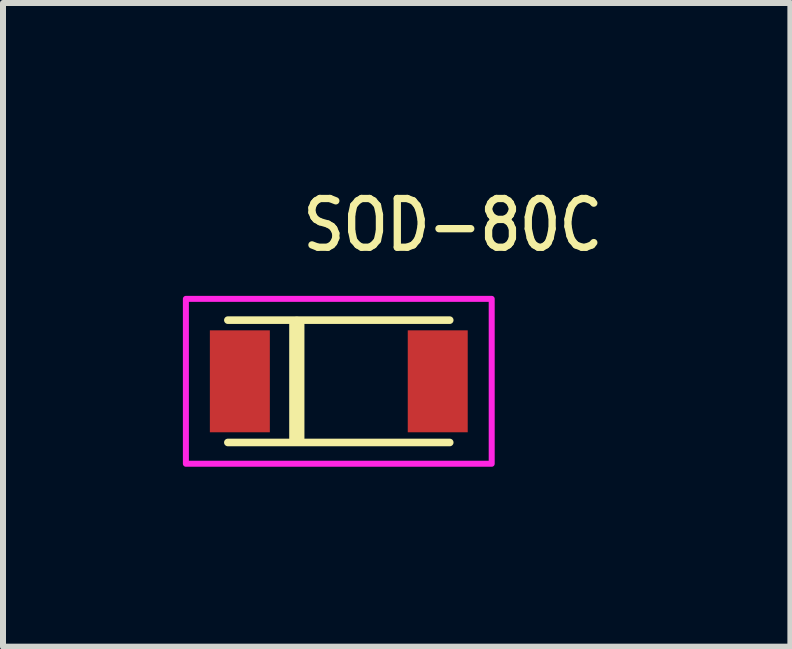
<source format=kicad_pcb>
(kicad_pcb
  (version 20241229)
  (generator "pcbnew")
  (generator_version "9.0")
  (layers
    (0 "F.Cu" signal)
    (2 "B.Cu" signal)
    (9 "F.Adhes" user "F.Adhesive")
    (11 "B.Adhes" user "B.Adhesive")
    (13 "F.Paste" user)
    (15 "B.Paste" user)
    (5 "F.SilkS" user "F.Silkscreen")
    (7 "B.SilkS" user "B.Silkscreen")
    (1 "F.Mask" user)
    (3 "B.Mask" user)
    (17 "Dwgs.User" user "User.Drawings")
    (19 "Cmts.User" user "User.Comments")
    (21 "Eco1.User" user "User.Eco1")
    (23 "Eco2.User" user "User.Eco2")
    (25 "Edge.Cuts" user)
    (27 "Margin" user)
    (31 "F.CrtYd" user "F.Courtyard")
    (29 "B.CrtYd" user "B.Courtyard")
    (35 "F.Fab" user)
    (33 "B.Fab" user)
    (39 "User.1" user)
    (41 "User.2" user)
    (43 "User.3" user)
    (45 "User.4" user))
  (footprint "SOD-80C"
    (layer "F.Cu")
    (at 2.6 3.309)
    (property "Reference" "SOD-80C" (at -0.66 -2.13 0) (unlocked yes) (layer "F.SilkS") (effects (font (size 0.813 0.695) (thickness 0.122)) (justify left bottom)))
    (fp_line (start -1.85 -1.02) (end 1.85 -1.02) (stroke (width 0.127) (type solid)) (layer "F.SilkS"))
    (fp_line (start -1.85 1.02) (end 1.85 1.02) (stroke (width 0.127) (type solid)) (layer "F.SilkS"))
    (fp_line (start -0.7 -0.95) (end -0.7 0.95) (stroke (width 0.254) (type solid)) (layer "F.SilkS"))
    (fp_poly (pts (xy -2.55 -1.375) (xy 2.55 -1.375) (xy 2.55 1.375) (xy -2.55 1.375)) (stroke (width 0.1) (type solid)) (fill no) (layer "F.CrtYd"))
    (pad "ANODE" smd rect (at 1.65 0) (size 1 1.7) (layers "F.Cu" "F.Mask" "F.Paste"))
    (pad "CATHODE" smd rect (at -1.65 0) (size 1 1.7) (layers "F.Cu" "F.Mask" "F.Paste")))
  (gr_rect
    (start -3 -3)
    (end 10.131 7.734)
    (stroke (width 0.1) (type default))
    (fill no)
    (layer "Edge.Cuts")))
</source>
